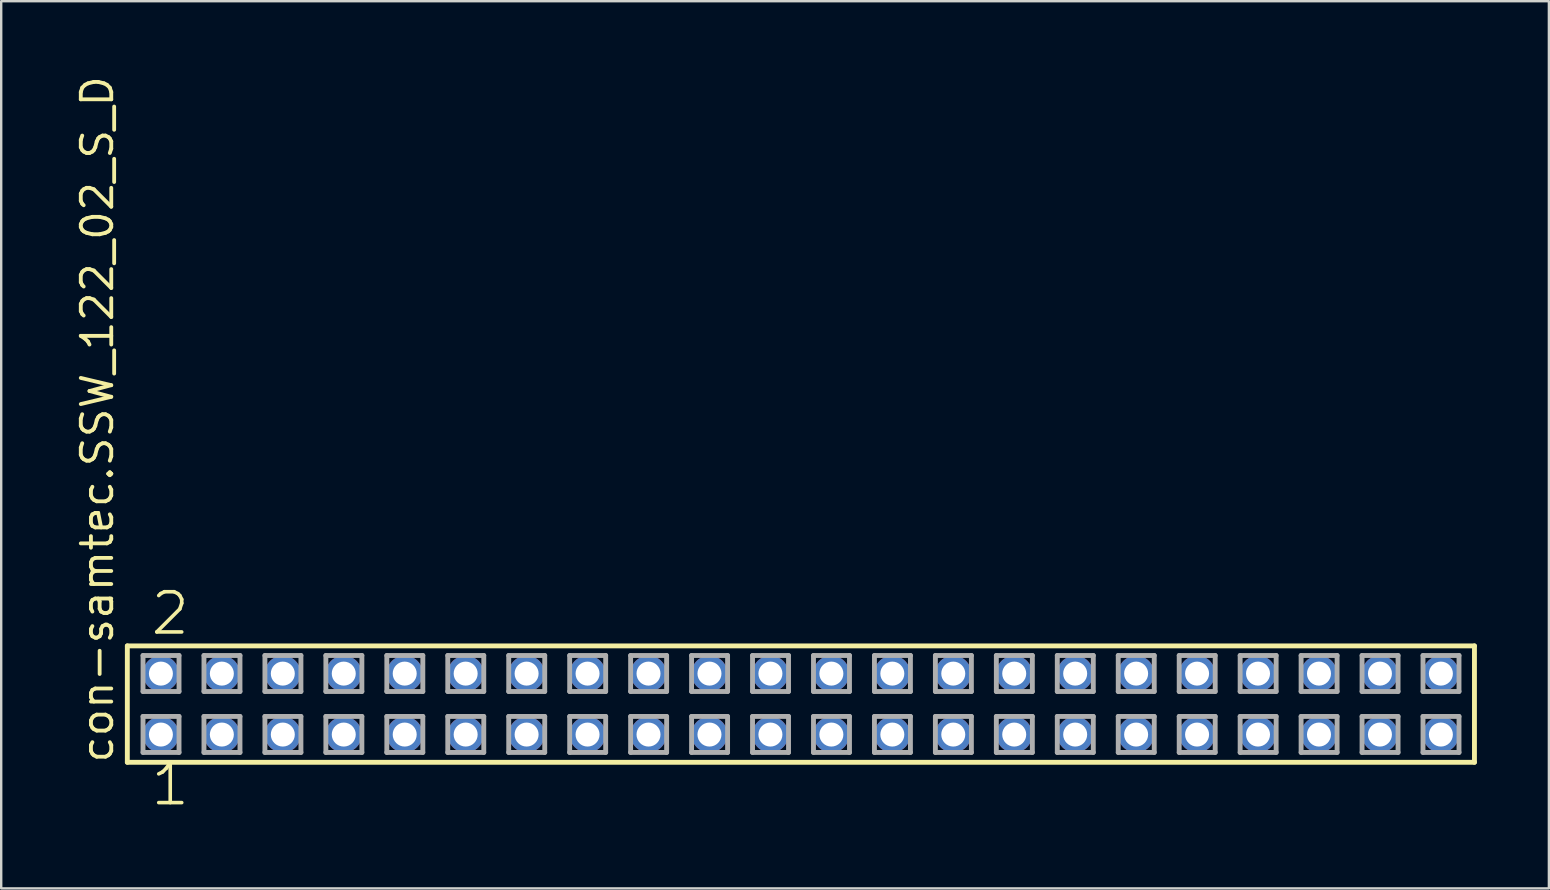
<source format=kicad_pcb>
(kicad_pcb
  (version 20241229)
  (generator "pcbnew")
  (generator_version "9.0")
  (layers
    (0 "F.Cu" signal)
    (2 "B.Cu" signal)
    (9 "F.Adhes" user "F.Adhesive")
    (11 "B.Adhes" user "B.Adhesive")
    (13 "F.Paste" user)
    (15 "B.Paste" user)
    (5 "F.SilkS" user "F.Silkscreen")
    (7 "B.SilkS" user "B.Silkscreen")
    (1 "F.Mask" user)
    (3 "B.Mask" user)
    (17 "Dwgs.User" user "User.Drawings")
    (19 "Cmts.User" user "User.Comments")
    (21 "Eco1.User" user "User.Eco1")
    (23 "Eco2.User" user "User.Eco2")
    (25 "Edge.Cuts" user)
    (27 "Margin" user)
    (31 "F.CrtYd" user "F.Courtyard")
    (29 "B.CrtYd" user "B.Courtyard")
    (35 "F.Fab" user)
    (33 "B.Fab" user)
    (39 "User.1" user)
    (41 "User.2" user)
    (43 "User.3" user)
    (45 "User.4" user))
  (footprint "con-samtec.SSW_122_02_S_D"
    (layer "F.Cu")
    (at 30.325 26.291)
    (property "Reference" "con-samtec.SSW_122_02_S_D" (at -28.575 2.54 90) (layer "F.SilkS") (effects (font (size 1.27 1.27) (thickness 0.16)) (justify left bottom)))
    (attr through_hole)
    (fp_line (start -28.069 -2.425) (end 28.069 -2.425) (stroke (width 0.203) (type default)) (layer "F.SilkS"))
    (fp_line (start -28.069 2.425) (end -28.069 -2.425) (stroke (width 0.203) (type default)) (layer "F.SilkS"))
    (fp_line (start 28.069 -2.425) (end 28.069 2.425) (stroke (width 0.203) (type default)) (layer "F.SilkS"))
    (fp_line (start 28.069 2.425) (end -28.069 2.425) (stroke (width 0.203) (type default)) (layer "F.SilkS"))
    (fp_line (start -27.415 -2.025) (end -25.915 -2.025) (stroke (width 0.203) (type default)) (layer "F.Fab"))
    (fp_line (start -27.415 -0.525) (end -27.415 -2.025) (stroke (width 0.203) (type default)) (layer "F.Fab"))
    (fp_line (start -27.415 0.515) (end -25.915 0.515) (stroke (width 0.203) (type default)) (layer "F.Fab"))
    (fp_line (start -27.415 2.015) (end -27.415 0.515) (stroke (width 0.203) (type default)) (layer "F.Fab"))
    (fp_line (start -25.915 -2.025) (end -25.915 -0.525) (stroke (width 0.203) (type default)) (layer "F.Fab"))
    (fp_line (start -25.915 -0.525) (end -27.415 -0.525) (stroke (width 0.203) (type default)) (layer "F.Fab"))
    (fp_line (start -25.915 0.515) (end -25.915 2.015) (stroke (width 0.203) (type default)) (layer "F.Fab"))
    (fp_line (start -25.915 2.015) (end -27.415 2.015) (stroke (width 0.203) (type default)) (layer "F.Fab"))
    (fp_line (start -24.875 -2.025) (end -23.375 -2.025) (stroke (width 0.203) (type default)) (layer "F.Fab"))
    (fp_line (start -24.875 -0.525) (end -24.875 -2.025) (stroke (width 0.203) (type default)) (layer "F.Fab"))
    (fp_line (start -24.875 0.515) (end -23.375 0.515) (stroke (width 0.203) (type default)) (layer "F.Fab"))
    (fp_line (start -24.875 2.015) (end -24.875 0.515) (stroke (width 0.203) (type default)) (layer "F.Fab"))
    (fp_line (start -23.375 -2.025) (end -23.375 -0.525) (stroke (width 0.203) (type default)) (layer "F.Fab"))
    (fp_line (start -23.375 -0.525) (end -24.875 -0.525) (stroke (width 0.203) (type default)) (layer "F.Fab"))
    (fp_line (start -23.375 0.515) (end -23.375 2.015) (stroke (width 0.203) (type default)) (layer "F.Fab"))
    (fp_line (start -23.375 2.015) (end -24.875 2.015) (stroke (width 0.203) (type default)) (layer "F.Fab"))
    (fp_line (start -22.335 -2.025) (end -20.835 -2.025) (stroke (width 0.203) (type default)) (layer "F.Fab"))
    (fp_line (start -22.335 -0.525) (end -22.335 -2.025) (stroke (width 0.203) (type default)) (layer "F.Fab"))
    (fp_line (start -22.335 0.515) (end -20.835 0.515) (stroke (width 0.203) (type default)) (layer "F.Fab"))
    (fp_line (start -22.335 2.015) (end -22.335 0.515) (stroke (width 0.203) (type default)) (layer "F.Fab"))
    (fp_line (start -20.835 -2.025) (end -20.835 -0.525) (stroke (width 0.203) (type default)) (layer "F.Fab"))
    (fp_line (start -20.835 -0.525) (end -22.335 -0.525) (stroke (width 0.203) (type default)) (layer "F.Fab"))
    (fp_line (start -20.835 0.515) (end -20.835 2.015) (stroke (width 0.203) (type default)) (layer "F.Fab"))
    (fp_line (start -20.835 2.015) (end -22.335 2.015) (stroke (width 0.203) (type default)) (layer "F.Fab"))
    (fp_line (start -19.795 -2.025) (end -18.295 -2.025) (stroke (width 0.203) (type default)) (layer "F.Fab"))
    (fp_line (start -19.795 -0.525) (end -19.795 -2.025) (stroke (width 0.203) (type default)) (layer "F.Fab"))
    (fp_line (start -19.795 0.515) (end -18.295 0.515) (stroke (width 0.203) (type default)) (layer "F.Fab"))
    (fp_line (start -19.795 2.015) (end -19.795 0.515) (stroke (width 0.203) (type default)) (layer "F.Fab"))
    (fp_line (start -18.295 -2.025) (end -18.295 -0.525) (stroke (width 0.203) (type default)) (layer "F.Fab"))
    (fp_line (start -18.295 -0.525) (end -19.795 -0.525) (stroke (width 0.203) (type default)) (layer "F.Fab"))
    (fp_line (start -18.295 0.515) (end -18.295 2.015) (stroke (width 0.203) (type default)) (layer "F.Fab"))
    (fp_line (start -18.295 2.015) (end -19.795 2.015) (stroke (width 0.203) (type default)) (layer "F.Fab"))
    (fp_line (start -17.255 -2.025) (end -15.755 -2.025) (stroke (width 0.203) (type default)) (layer "F.Fab"))
    (fp_line (start -17.255 -0.525) (end -17.255 -2.025) (stroke (width 0.203) (type default)) (layer "F.Fab"))
    (fp_line (start -17.255 0.515) (end -15.755 0.515) (stroke (width 0.203) (type default)) (layer "F.Fab"))
    (fp_line (start -17.255 2.015) (end -17.255 0.515) (stroke (width 0.203) (type default)) (layer "F.Fab"))
    (fp_line (start -15.755 -2.025) (end -15.755 -0.525) (stroke (width 0.203) (type default)) (layer "F.Fab"))
    (fp_line (start -15.755 -0.525) (end -17.255 -0.525) (stroke (width 0.203) (type default)) (layer "F.Fab"))
    (fp_line (start -15.755 0.515) (end -15.755 2.015) (stroke (width 0.203) (type default)) (layer "F.Fab"))
    (fp_line (start -15.755 2.015) (end -17.255 2.015) (stroke (width 0.203) (type default)) (layer "F.Fab"))
    (fp_line (start -14.715 -2.025) (end -13.215 -2.025) (stroke (width 0.203) (type default)) (layer "F.Fab"))
    (fp_line (start -14.715 -0.525) (end -14.715 -2.025) (stroke (width 0.203) (type default)) (layer "F.Fab"))
    (fp_line (start -14.715 0.515) (end -13.215 0.515) (stroke (width 0.203) (type default)) (layer "F.Fab"))
    (fp_line (start -14.715 2.015) (end -14.715 0.515) (stroke (width 0.203) (type default)) (layer "F.Fab"))
    (fp_line (start -13.215 -2.025) (end -13.215 -0.525) (stroke (width 0.203) (type default)) (layer "F.Fab"))
    (fp_line (start -13.215 -0.525) (end -14.715 -0.525) (stroke (width 0.203) (type default)) (layer "F.Fab"))
    (fp_line (start -13.215 0.515) (end -13.215 2.015) (stroke (width 0.203) (type default)) (layer "F.Fab"))
    (fp_line (start -13.215 2.015) (end -14.715 2.015) (stroke (width 0.203) (type default)) (layer "F.Fab"))
    (fp_line (start -12.175 -2.025) (end -10.675 -2.025) (stroke (width 0.203) (type default)) (layer "F.Fab"))
    (fp_line (start -12.175 -0.525) (end -12.175 -2.025) (stroke (width 0.203) (type default)) (layer "F.Fab"))
    (fp_line (start -12.175 0.515) (end -10.675 0.515) (stroke (width 0.203) (type default)) (layer "F.Fab"))
    (fp_line (start -12.175 2.015) (end -12.175 0.515) (stroke (width 0.203) (type default)) (layer "F.Fab"))
    (fp_line (start -10.675 -2.025) (end -10.675 -0.525) (stroke (width 0.203) (type default)) (layer "F.Fab"))
    (fp_line (start -10.675 -0.525) (end -12.175 -0.525) (stroke (width 0.203) (type default)) (layer "F.Fab"))
    (fp_line (start -10.675 0.515) (end -10.675 2.015) (stroke (width 0.203) (type default)) (layer "F.Fab"))
    (fp_line (start -10.675 2.015) (end -12.175 2.015) (stroke (width 0.203) (type default)) (layer "F.Fab"))
    (fp_line (start -9.635 -2.025) (end -8.135 -2.025) (stroke (width 0.203) (type default)) (layer "F.Fab"))
    (fp_line (start -9.635 -0.525) (end -9.635 -2.025) (stroke (width 0.203) (type default)) (layer "F.Fab"))
    (fp_line (start -9.635 0.515) (end -8.135 0.515) (stroke (width 0.203) (type default)) (layer "F.Fab"))
    (fp_line (start -9.635 2.015) (end -9.635 0.515) (stroke (width 0.203) (type default)) (layer "F.Fab"))
    (fp_line (start -8.135 -2.025) (end -8.135 -0.525) (stroke (width 0.203) (type default)) (layer "F.Fab"))
    (fp_line (start -8.135 -0.525) (end -9.635 -0.525) (stroke (width 0.203) (type default)) (layer "F.Fab"))
    (fp_line (start -8.135 0.515) (end -8.135 2.015) (stroke (width 0.203) (type default)) (layer "F.Fab"))
    (fp_line (start -8.135 2.015) (end -9.635 2.015) (stroke (width 0.203) (type default)) (layer "F.Fab"))
    (fp_line (start -7.095 -2.025) (end -5.595 -2.025) (stroke (width 0.203) (type default)) (layer "F.Fab"))
    (fp_line (start -7.095 -0.525) (end -7.095 -2.025) (stroke (width 0.203) (type default)) (layer "F.Fab"))
    (fp_line (start -7.095 0.515) (end -5.595 0.515) (stroke (width 0.203) (type default)) (layer "F.Fab"))
    (fp_line (start -7.095 2.015) (end -7.095 0.515) (stroke (width 0.203) (type default)) (layer "F.Fab"))
    (fp_line (start -5.595 -2.025) (end -5.595 -0.525) (stroke (width 0.203) (type default)) (layer "F.Fab"))
    (fp_line (start -5.595 -0.525) (end -7.095 -0.525) (stroke (width 0.203) (type default)) (layer "F.Fab"))
    (fp_line (start -5.595 0.515) (end -5.595 2.015) (stroke (width 0.203) (type default)) (layer "F.Fab"))
    (fp_line (start -5.595 2.015) (end -7.095 2.015) (stroke (width 0.203) (type default)) (layer "F.Fab"))
    (fp_line (start -4.555 -2.025) (end -3.055 -2.025) (stroke (width 0.203) (type default)) (layer "F.Fab"))
    (fp_line (start -4.555 -0.525) (end -4.555 -2.025) (stroke (width 0.203) (type default)) (layer "F.Fab"))
    (fp_line (start -4.555 0.515) (end -3.055 0.515) (stroke (width 0.203) (type default)) (layer "F.Fab"))
    (fp_line (start -4.555 2.015) (end -4.555 0.515) (stroke (width 0.203) (type default)) (layer "F.Fab"))
    (fp_line (start -3.055 -2.025) (end -3.055 -0.525) (stroke (width 0.203) (type default)) (layer "F.Fab"))
    (fp_line (start -3.055 -0.525) (end -4.555 -0.525) (stroke (width 0.203) (type default)) (layer "F.Fab"))
    (fp_line (start -3.055 0.515) (end -3.055 2.015) (stroke (width 0.203) (type default)) (layer "F.Fab"))
    (fp_line (start -3.055 2.015) (end -4.555 2.015) (stroke (width 0.203) (type default)) (layer "F.Fab"))
    (fp_line (start -2.015 -2.025) (end -0.515 -2.025) (stroke (width 0.203) (type default)) (layer "F.Fab"))
    (fp_line (start -2.015 -0.525) (end -2.015 -2.025) (stroke (width 0.203) (type default)) (layer "F.Fab"))
    (fp_line (start -2.015 0.515) (end -0.515 0.515) (stroke (width 0.203) (type default)) (layer "F.Fab"))
    (fp_line (start -2.015 2.015) (end -2.015 0.515) (stroke (width 0.203) (type default)) (layer "F.Fab"))
    (fp_line (start -0.515 -2.025) (end -0.515 -0.525) (stroke (width 0.203) (type default)) (layer "F.Fab"))
    (fp_line (start -0.515 -0.525) (end -2.015 -0.525) (stroke (width 0.203) (type default)) (layer "F.Fab"))
    (fp_line (start -0.515 0.515) (end -0.515 2.015) (stroke (width 0.203) (type default)) (layer "F.Fab"))
    (fp_line (start -0.515 2.015) (end -2.015 2.015) (stroke (width 0.203) (type default)) (layer "F.Fab"))
    (fp_line (start 0.525 -2.025) (end 2.025 -2.025) (stroke (width 0.203) (type default)) (layer "F.Fab"))
    (fp_line (start 0.525 -0.525) (end 0.525 -2.025) (stroke (width 0.203) (type default)) (layer "F.Fab"))
    (fp_line (start 0.525 0.515) (end 2.025 0.515) (stroke (width 0.203) (type default)) (layer "F.Fab"))
    (fp_line (start 0.525 2.015) (end 0.525 0.515) (stroke (width 0.203) (type default)) (layer "F.Fab"))
    (fp_line (start 2.025 -2.025) (end 2.025 -0.525) (stroke (width 0.203) (type default)) (layer "F.Fab"))
    (fp_line (start 2.025 -0.525) (end 0.525 -0.525) (stroke (width 0.203) (type default)) (layer "F.Fab"))
    (fp_line (start 2.025 0.515) (end 2.025 2.015) (stroke (width 0.203) (type default)) (layer "F.Fab"))
    (fp_line (start 2.025 2.015) (end 0.525 2.015) (stroke (width 0.203) (type default)) (layer "F.Fab"))
    (fp_line (start 3.065 -2.025) (end 4.565 -2.025) (stroke (width 0.203) (type default)) (layer "F.Fab"))
    (fp_line (start 3.065 -0.525) (end 3.065 -2.025) (stroke (width 0.203) (type default)) (layer "F.Fab"))
    (fp_line (start 3.065 0.515) (end 4.565 0.515) (stroke (width 0.203) (type default)) (layer "F.Fab"))
    (fp_line (start 3.065 2.015) (end 3.065 0.515) (stroke (width 0.203) (type default)) (layer "F.Fab"))
    (fp_line (start 4.565 -2.025) (end 4.565 -0.525) (stroke (width 0.203) (type default)) (layer "F.Fab"))
    (fp_line (start 4.565 -0.525) (end 3.065 -0.525) (stroke (width 0.203) (type default)) (layer "F.Fab"))
    (fp_line (start 4.565 0.515) (end 4.565 2.015) (stroke (width 0.203) (type default)) (layer "F.Fab"))
    (fp_line (start 4.565 2.015) (end 3.065 2.015) (stroke (width 0.203) (type default)) (layer "F.Fab"))
    (fp_line (start 5.605 -2.025) (end 7.105 -2.025) (stroke (width 0.203) (type default)) (layer "F.Fab"))
    (fp_line (start 5.605 -0.525) (end 5.605 -2.025) (stroke (width 0.203) (type default)) (layer "F.Fab"))
    (fp_line (start 5.605 0.515) (end 7.105 0.515) (stroke (width 0.203) (type default)) (layer "F.Fab"))
    (fp_line (start 5.605 2.015) (end 5.605 0.515) (stroke (width 0.203) (type default)) (layer "F.Fab"))
    (fp_line (start 7.105 -2.025) (end 7.105 -0.525) (stroke (width 0.203) (type default)) (layer "F.Fab"))
    (fp_line (start 7.105 -0.525) (end 5.605 -0.525) (stroke (width 0.203) (type default)) (layer "F.Fab"))
    (fp_line (start 7.105 0.515) (end 7.105 2.015) (stroke (width 0.203) (type default)) (layer "F.Fab"))
    (fp_line (start 7.105 2.015) (end 5.605 2.015) (stroke (width 0.203) (type default)) (layer "F.Fab"))
    (fp_line (start 8.145 -2.025) (end 9.645 -2.025) (stroke (width 0.203) (type default)) (layer "F.Fab"))
    (fp_line (start 8.145 -0.525) (end 8.145 -2.025) (stroke (width 0.203) (type default)) (layer "F.Fab"))
    (fp_line (start 8.145 0.515) (end 9.645 0.515) (stroke (width 0.203) (type default)) (layer "F.Fab"))
    (fp_line (start 8.145 2.015) (end 8.145 0.515) (stroke (width 0.203) (type default)) (layer "F.Fab"))
    (fp_line (start 9.645 -2.025) (end 9.645 -0.525) (stroke (width 0.203) (type default)) (layer "F.Fab"))
    (fp_line (start 9.645 -0.525) (end 8.145 -0.525) (stroke (width 0.203) (type default)) (layer "F.Fab"))
    (fp_line (start 9.645 0.515) (end 9.645 2.015) (stroke (width 0.203) (type default)) (layer "F.Fab"))
    (fp_line (start 9.645 2.015) (end 8.145 2.015) (stroke (width 0.203) (type default)) (layer "F.Fab"))
    (fp_line (start 10.685 -2.025) (end 12.185 -2.025) (stroke (width 0.203) (type default)) (layer "F.Fab"))
    (fp_line (start 10.685 -0.525) (end 10.685 -2.025) (stroke (width 0.203) (type default)) (layer "F.Fab"))
    (fp_line (start 10.685 0.515) (end 12.185 0.515) (stroke (width 0.203) (type default)) (layer "F.Fab"))
    (fp_line (start 10.685 2.015) (end 10.685 0.515) (stroke (width 0.203) (type default)) (layer "F.Fab"))
    (fp_line (start 12.185 -2.025) (end 12.185 -0.525) (stroke (width 0.203) (type default)) (layer "F.Fab"))
    (fp_line (start 12.185 -0.525) (end 10.685 -0.525) (stroke (width 0.203) (type default)) (layer "F.Fab"))
    (fp_line (start 12.185 0.515) (end 12.185 2.015) (stroke (width 0.203) (type default)) (layer "F.Fab"))
    (fp_line (start 12.185 2.015) (end 10.685 2.015) (stroke (width 0.203) (type default)) (layer "F.Fab"))
    (fp_line (start 13.225 -2.025) (end 14.725 -2.025) (stroke (width 0.203) (type default)) (layer "F.Fab"))
    (fp_line (start 13.225 -0.525) (end 13.225 -2.025) (stroke (width 0.203) (type default)) (layer "F.Fab"))
    (fp_line (start 13.225 0.515) (end 14.725 0.515) (stroke (width 0.203) (type default)) (layer "F.Fab"))
    (fp_line (start 13.225 2.015) (end 13.225 0.515) (stroke (width 0.203) (type default)) (layer "F.Fab"))
    (fp_line (start 14.725 -2.025) (end 14.725 -0.525) (stroke (width 0.203) (type default)) (layer "F.Fab"))
    (fp_line (start 14.725 -0.525) (end 13.225 -0.525) (stroke (width 0.203) (type default)) (layer "F.Fab"))
    (fp_line (start 14.725 0.515) (end 14.725 2.015) (stroke (width 0.203) (type default)) (layer "F.Fab"))
    (fp_line (start 14.725 2.015) (end 13.225 2.015) (stroke (width 0.203) (type default)) (layer "F.Fab"))
    (fp_line (start 15.765 -2.025) (end 17.265 -2.025) (stroke (width 0.203) (type default)) (layer "F.Fab"))
    (fp_line (start 15.765 -0.525) (end 15.765 -2.025) (stroke (width 0.203) (type default)) (layer "F.Fab"))
    (fp_line (start 15.765 0.515) (end 17.265 0.515) (stroke (width 0.203) (type default)) (layer "F.Fab"))
    (fp_line (start 15.765 2.015) (end 15.765 0.515) (stroke (width 0.203) (type default)) (layer "F.Fab"))
    (fp_line (start 17.265 -2.025) (end 17.265 -0.525) (stroke (width 0.203) (type default)) (layer "F.Fab"))
    (fp_line (start 17.265 -0.525) (end 15.765 -0.525) (stroke (width 0.203) (type default)) (layer "F.Fab"))
    (fp_line (start 17.265 0.515) (end 17.265 2.015) (stroke (width 0.203) (type default)) (layer "F.Fab"))
    (fp_line (start 17.265 2.015) (end 15.765 2.015) (stroke (width 0.203) (type default)) (layer "F.Fab"))
    (fp_line (start 18.305 -2.025) (end 19.805 -2.025) (stroke (width 0.203) (type default)) (layer "F.Fab"))
    (fp_line (start 18.305 -0.525) (end 18.305 -2.025) (stroke (width 0.203) (type default)) (layer "F.Fab"))
    (fp_line (start 18.305 0.515) (end 19.805 0.515) (stroke (width 0.203) (type default)) (layer "F.Fab"))
    (fp_line (start 18.305 2.015) (end 18.305 0.515) (stroke (width 0.203) (type default)) (layer "F.Fab"))
    (fp_line (start 19.805 -2.025) (end 19.805 -0.525) (stroke (width 0.203) (type default)) (layer "F.Fab"))
    (fp_line (start 19.805 -0.525) (end 18.305 -0.525) (stroke (width 0.203) (type default)) (layer "F.Fab"))
    (fp_line (start 19.805 0.515) (end 19.805 2.015) (stroke (width 0.203) (type default)) (layer "F.Fab"))
    (fp_line (start 19.805 2.015) (end 18.305 2.015) (stroke (width 0.203) (type default)) (layer "F.Fab"))
    (fp_line (start 20.845 -2.025) (end 22.345 -2.025) (stroke (width 0.203) (type default)) (layer "F.Fab"))
    (fp_line (start 20.845 -0.525) (end 20.845 -2.025) (stroke (width 0.203) (type default)) (layer "F.Fab"))
    (fp_line (start 20.845 0.515) (end 22.345 0.515) (stroke (width 0.203) (type default)) (layer "F.Fab"))
    (fp_line (start 20.845 2.015) (end 20.845 0.515) (stroke (width 0.203) (type default)) (layer "F.Fab"))
    (fp_line (start 22.345 -2.025) (end 22.345 -0.525) (stroke (width 0.203) (type default)) (layer "F.Fab"))
    (fp_line (start 22.345 -0.525) (end 20.845 -0.525) (stroke (width 0.203) (type default)) (layer "F.Fab"))
    (fp_line (start 22.345 0.515) (end 22.345 2.015) (stroke (width 0.203) (type default)) (layer "F.Fab"))
    (fp_line (start 22.345 2.015) (end 20.845 2.015) (stroke (width 0.203) (type default)) (layer "F.Fab"))
    (fp_line (start 23.385 -2.025) (end 24.885 -2.025) (stroke (width 0.203) (type default)) (layer "F.Fab"))
    (fp_line (start 23.385 -0.525) (end 23.385 -2.025) (stroke (width 0.203) (type default)) (layer "F.Fab"))
    (fp_line (start 23.385 0.515) (end 24.885 0.515) (stroke (width 0.203) (type default)) (layer "F.Fab"))
    (fp_line (start 23.385 2.015) (end 23.385 0.515) (stroke (width 0.203) (type default)) (layer "F.Fab"))
    (fp_line (start 24.885 -2.025) (end 24.885 -0.525) (stroke (width 0.203) (type default)) (layer "F.Fab"))
    (fp_line (start 24.885 -0.525) (end 23.385 -0.525) (stroke (width 0.203) (type default)) (layer "F.Fab"))
    (fp_line (start 24.885 0.515) (end 24.885 2.015) (stroke (width 0.203) (type default)) (layer "F.Fab"))
    (fp_line (start 24.885 2.015) (end 23.385 2.015) (stroke (width 0.203) (type default)) (layer "F.Fab"))
    (fp_line (start 25.925 -2.025) (end 27.425 -2.025) (stroke (width 0.203) (type default)) (layer "F.Fab"))
    (fp_line (start 25.925 -0.525) (end 25.925 -2.025) (stroke (width 0.203) (type default)) (layer "F.Fab"))
    (fp_line (start 25.925 0.515) (end 27.425 0.515) (stroke (width 0.203) (type default)) (layer "F.Fab"))
    (fp_line (start 25.925 2.015) (end 25.925 0.515) (stroke (width 0.203) (type default)) (layer "F.Fab"))
    (fp_line (start 27.425 -2.025) (end 27.425 -0.525) (stroke (width 0.203) (type default)) (layer "F.Fab"))
    (fp_line (start 27.425 -0.525) (end 25.925 -0.525) (stroke (width 0.203) (type default)) (layer "F.Fab"))
    (fp_line (start 27.425 0.515) (end 27.425 2.015) (stroke (width 0.203) (type default)) (layer "F.Fab"))
    (fp_line (start 27.425 2.015) (end 25.925 2.015) (stroke (width 0.203) (type default)) (layer "F.Fab"))
    (fp_text user "1" (at -27.178 4.318 0) (layer "F.SilkS") (effects (font (size 1.676 1.676) (thickness 0.15)) (justify left bottom)))
    (fp_text user "2" (at -27.178 -2.794 0) (layer "F.SilkS") (effects (font (size 1.676 1.676) (thickness 0.15)) (justify left bottom)))
    (pad "1" thru_hole circle (at -26.67 1.27) (size 1.5 1.5) (drill 1) (layers "*.Cu" "*.Mask"))
    (pad "2" thru_hole circle (at -26.67 -1.27) (size 1.5 1.5) (drill 1) (layers "*.Cu" "*.Mask"))
    (pad "3" thru_hole circle (at -24.13 1.27) (size 1.5 1.5) (drill 1) (layers "*.Cu" "*.Mask"))
    (pad "4" thru_hole circle (at -24.13 -1.27) (size 1.5 1.5) (drill 1) (layers "*.Cu" "*.Mask"))
    (pad "5" thru_hole circle (at -21.59 1.27) (size 1.5 1.5) (drill 1) (layers "*.Cu" "*.Mask"))
    (pad "6" thru_hole circle (at -21.59 -1.27) (size 1.5 1.5) (drill 1) (layers "*.Cu" "*.Mask"))
    (pad "7" thru_hole circle (at -19.05 1.27) (size 1.5 1.5) (drill 1) (layers "*.Cu" "*.Mask"))
    (pad "8" thru_hole circle (at -19.05 -1.27) (size 1.5 1.5) (drill 1) (layers "*.Cu" "*.Mask"))
    (pad "9" thru_hole circle (at -16.51 1.27) (size 1.5 1.5) (drill 1) (layers "*.Cu" "*.Mask"))
    (pad "10" thru_hole circle (at -16.51 -1.27) (size 1.5 1.5) (drill 1) (layers "*.Cu" "*.Mask"))
    (pad "11" thru_hole circle (at -13.97 1.27) (size 1.5 1.5) (drill 1) (layers "*.Cu" "*.Mask"))
    (pad "12" thru_hole circle (at -13.97 -1.27) (size 1.5 1.5) (drill 1) (layers "*.Cu" "*.Mask"))
    (pad "13" thru_hole circle (at -11.43 1.27) (size 1.5 1.5) (drill 1) (layers "*.Cu" "*.Mask"))
    (pad "14" thru_hole circle (at -11.43 -1.27) (size 1.5 1.5) (drill 1) (layers "*.Cu" "*.Mask"))
    (pad "15" thru_hole circle (at -8.89 1.27) (size 1.5 1.5) (drill 1) (layers "*.Cu" "*.Mask"))
    (pad "16" thru_hole circle (at -8.89 -1.27) (size 1.5 1.5) (drill 1) (layers "*.Cu" "*.Mask"))
    (pad "17" thru_hole circle (at -6.35 1.27) (size 1.5 1.5) (drill 1) (layers "*.Cu" "*.Mask"))
    (pad "18" thru_hole circle (at -6.35 -1.27) (size 1.5 1.5) (drill 1) (layers "*.Cu" "*.Mask"))
    (pad "19" thru_hole circle (at -3.81 1.27) (size 1.5 1.5) (drill 1) (layers "*.Cu" "*.Mask"))
    (pad "20" thru_hole circle (at -3.81 -1.27) (size 1.5 1.5) (drill 1) (layers "*.Cu" "*.Mask"))
    (pad "21" thru_hole circle (at -1.27 1.27) (size 1.5 1.5) (drill 1) (layers "*.Cu" "*.Mask"))
    (pad "22" thru_hole circle (at -1.27 -1.27) (size 1.5 1.5) (drill 1) (layers "*.Cu" "*.Mask"))
    (pad "23" thru_hole circle (at 1.27 1.27) (size 1.5 1.5) (drill 1) (layers "*.Cu" "*.Mask"))
    (pad "24" thru_hole circle (at 1.27 -1.27) (size 1.5 1.5) (drill 1) (layers "*.Cu" "*.Mask"))
    (pad "25" thru_hole circle (at 3.81 1.27) (size 1.5 1.5) (drill 1) (layers "*.Cu" "*.Mask"))
    (pad "26" thru_hole circle (at 3.81 -1.27) (size 1.5 1.5) (drill 1) (layers "*.Cu" "*.Mask"))
    (pad "27" thru_hole circle (at 6.35 1.27) (size 1.5 1.5) (drill 1) (layers "*.Cu" "*.Mask"))
    (pad "28" thru_hole circle (at 6.35 -1.27) (size 1.5 1.5) (drill 1) (layers "*.Cu" "*.Mask"))
    (pad "29" thru_hole circle (at 8.89 1.27) (size 1.5 1.5) (drill 1) (layers "*.Cu" "*.Mask"))
    (pad "30" thru_hole circle (at 8.89 -1.27) (size 1.5 1.5) (drill 1) (layers "*.Cu" "*.Mask"))
    (pad "31" thru_hole circle (at 11.43 1.27) (size 1.5 1.5) (drill 1) (layers "*.Cu" "*.Mask"))
    (pad "32" thru_hole circle (at 11.43 -1.27) (size 1.5 1.5) (drill 1) (layers "*.Cu" "*.Mask"))
    (pad "33" thru_hole circle (at 13.97 1.27) (size 1.5 1.5) (drill 1) (layers "*.Cu" "*.Mask"))
    (pad "34" thru_hole circle (at 13.97 -1.27) (size 1.5 1.5) (drill 1) (layers "*.Cu" "*.Mask"))
    (pad "35" thru_hole circle (at 16.51 1.27) (size 1.5 1.5) (drill 1) (layers "*.Cu" "*.Mask"))
    (pad "36" thru_hole circle (at 16.51 -1.27) (size 1.5 1.5) (drill 1) (layers "*.Cu" "*.Mask"))
    (pad "37" thru_hole circle (at 19.05 1.27) (size 1.5 1.5) (drill 1) (layers "*.Cu" "*.Mask"))
    (pad "38" thru_hole circle (at 19.05 -1.27) (size 1.5 1.5) (drill 1) (layers "*.Cu" "*.Mask"))
    (pad "39" thru_hole circle (at 21.59 1.27) (size 1.5 1.5) (drill 1) (layers "*.Cu" "*.Mask"))
    (pad "40" thru_hole circle (at 21.59 -1.27) (size 1.5 1.5) (drill 1) (layers "*.Cu" "*.Mask"))
    (pad "41" thru_hole circle (at 24.13 1.27) (size 1.5 1.5) (drill 1) (layers "*.Cu" "*.Mask"))
    (pad "42" thru_hole circle (at 24.13 -1.27) (size 1.5 1.5) (drill 1) (layers "*.Cu" "*.Mask"))
    (pad "43" thru_hole circle (at 26.67 1.27) (size 1.5 1.5) (drill 1) (layers "*.Cu" "*.Mask"))
    (pad "44" thru_hole circle (at 26.67 -1.27) (size 1.5 1.5) (drill 1) (layers "*.Cu" "*.Mask")))
  (gr_rect
    (start -3 -3)
    (end 61.496 33.971)
    (stroke (width 0.1) (type default))
    (fill no)
    (layer "Edge.Cuts")))
</source>
